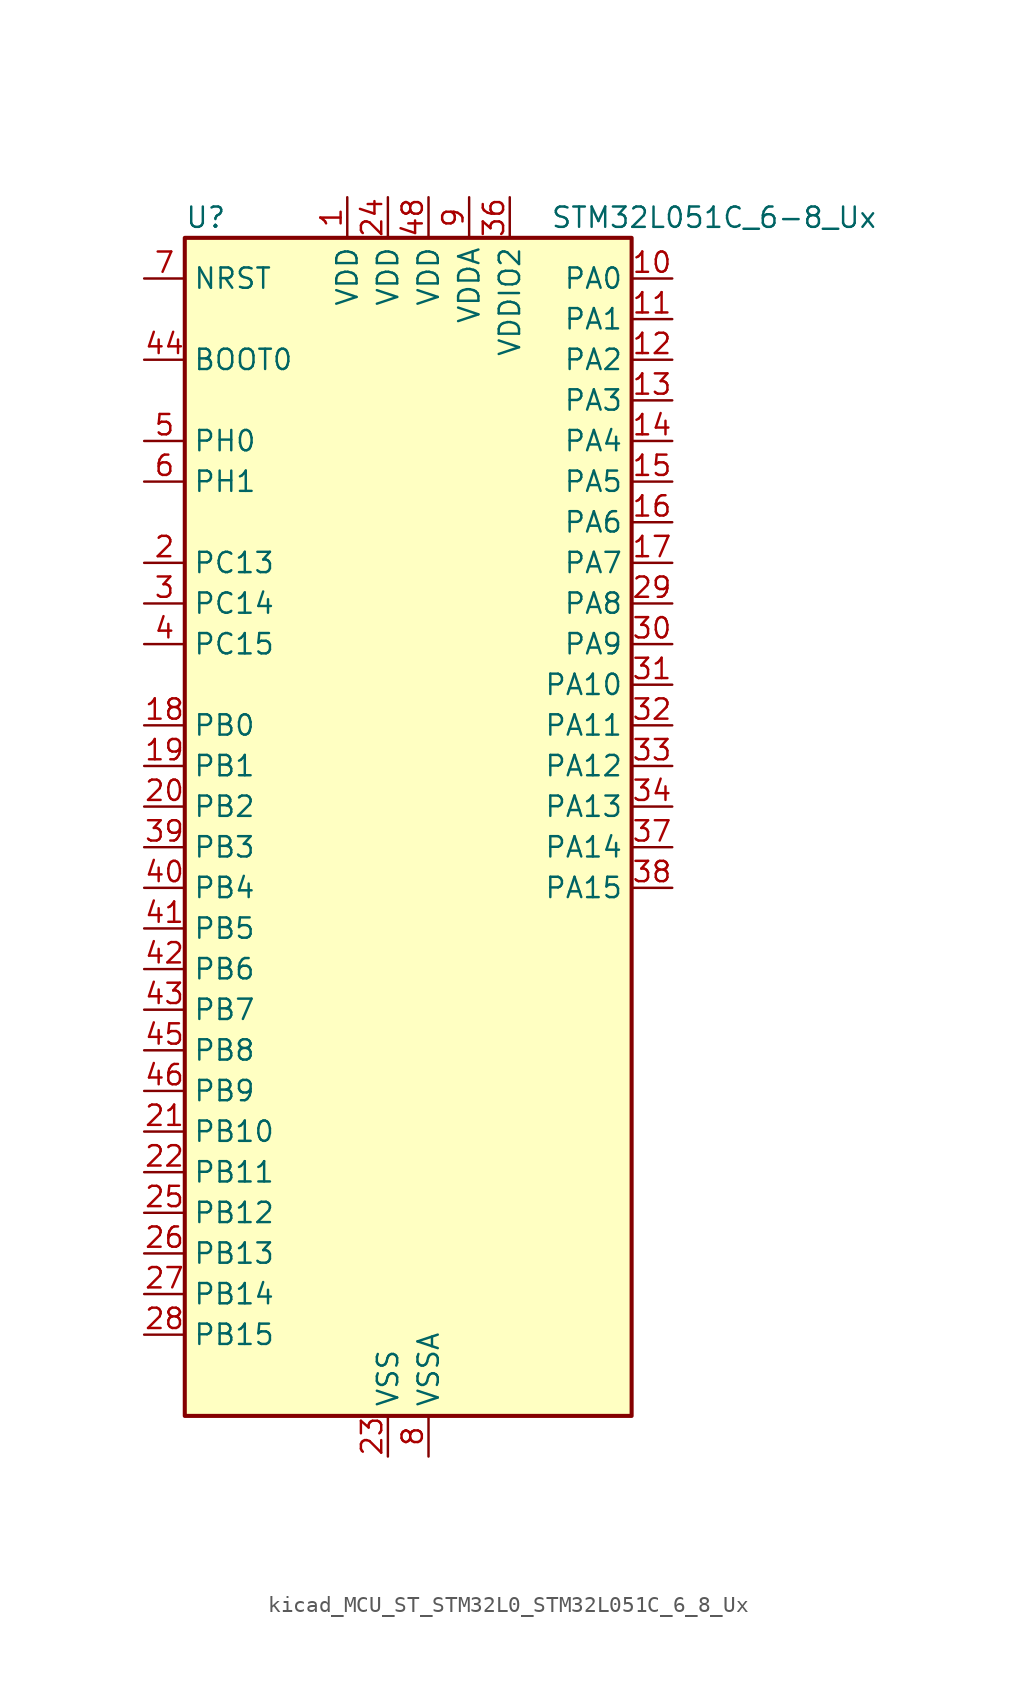
<source format=kicad_sym>
(kicad_symbol_lib
  (version 20220914)
  (generator kicad_symbol_editor)
  (symbol "kicad_MCU_ST_STM32L0_STM32L051C_6_8_Ux"
    (property "Reference" "U"
      (at -12.7 39.37 0)
      (effects (font (size 1.27 1.27)) (justify left)))
    (property "Value" "STM32L051C_6-8_Ux"
      (at 10.16 39.37 0)
      (effects (font (size 1.27 1.27)) (justify left)))
    (property "ki_locked" ""
      (at 0 0 0)
      (effects (font (size 1.27 1.27))))
    (symbol "kicad_MCU_ST_STM32L0_STM32L051C_6_8_Ux_0_1"
      (rectangle (start -12.7 -35.56) (end 15.24 38.1) (stroke (width 0.254) (type default)) (fill (type background))))
    (symbol "kicad_MCU_ST_STM32L0_STM32L051C_6_8_Ux_1_1"
      (pin power_in line (at -2.54 40.64 270) (length 2.54) (name "VDD" (effects (font (size 1.27 1.27)))) (number "1" (effects (font (size 1.27 1.27)))))
      (pin bidirectional line (at 17.78 35.56 180) (length 2.54) (name "PA0" (effects (font (size 1.27 1.27)))) (number "10" (effects (font (size 1.27 1.27)))) (alternate "ADC_IN0" bidirectional line) (alternate "COMP1_INM" bidirectional line) (alternate "COMP1_OUT" bidirectional line) (alternate "RTC_TAMP2" bidirectional line) (alternate "SYS_WKUP1" bidirectional line) (alternate "TIM2_CH1" bidirectional line) (alternate "TIM2_ETR" bidirectional line) (alternate "USART2_CTS" bidirectional line))
      (pin bidirectional line (at 17.78 33.02 180) (length 2.54) (name "PA1" (effects (font (size 1.27 1.27)))) (number "11" (effects (font (size 1.27 1.27)))) (alternate "ADC_IN1" bidirectional line) (alternate "COMP1_INP" bidirectional line) (alternate "TIM21_ETR" bidirectional line) (alternate "TIM2_CH2" bidirectional line) (alternate "USART2_DE" bidirectional line) (alternate "USART2_RTS" bidirectional line))
      (pin bidirectional line (at 17.78 30.48 180) (length 2.54) (name "PA2" (effects (font (size 1.27 1.27)))) (number "12" (effects (font (size 1.27 1.27)))) (alternate "ADC_IN2" bidirectional line) (alternate "COMP2_INM" bidirectional line) (alternate "COMP2_OUT" bidirectional line) (alternate "TIM21_CH1" bidirectional line) (alternate "TIM2_CH3" bidirectional line) (alternate "USART2_TX" bidirectional line))
      (pin bidirectional line (at 17.78 27.94 180) (length 2.54) (name "PA3" (effects (font (size 1.27 1.27)))) (number "13" (effects (font (size 1.27 1.27)))) (alternate "ADC_IN3" bidirectional line) (alternate "COMP2_INP" bidirectional line) (alternate "TIM21_CH2" bidirectional line) (alternate "TIM2_CH4" bidirectional line) (alternate "USART2_RX" bidirectional line))
      (pin bidirectional line (at 17.78 25.4 180) (length 2.54) (name "PA4" (effects (font (size 1.27 1.27)))) (number "14" (effects (font (size 1.27 1.27)))) (alternate "ADC_IN4" bidirectional line) (alternate "COMP1_INM" bidirectional line) (alternate "COMP2_INM" bidirectional line) (alternate "SPI1_NSS" bidirectional line) (alternate "TIM22_ETR" bidirectional line) (alternate "USART2_CK" bidirectional line))
      (pin bidirectional line (at 17.78 22.86 180) (length 2.54) (name "PA5" (effects (font (size 1.27 1.27)))) (number "15" (effects (font (size 1.27 1.27)))) (alternate "ADC_IN5" bidirectional line) (alternate "COMP1_INM" bidirectional line) (alternate "COMP2_INM" bidirectional line) (alternate "SPI1_SCK" bidirectional line) (alternate "TIM2_CH1" bidirectional line) (alternate "TIM2_ETR" bidirectional line))
      (pin bidirectional line (at 17.78 20.32 180) (length 2.54) (name "PA6" (effects (font (size 1.27 1.27)))) (number "16" (effects (font (size 1.27 1.27)))) (alternate "ADC_IN6" bidirectional line) (alternate "COMP1_OUT" bidirectional line) (alternate "LPUART1_CTS" bidirectional line) (alternate "SPI1_MISO" bidirectional line) (alternate "TIM22_CH1" bidirectional line))
      (pin bidirectional line (at 17.78 17.78 180) (length 2.54) (name "PA7" (effects (font (size 1.27 1.27)))) (number "17" (effects (font (size 1.27 1.27)))) (alternate "ADC_IN7" bidirectional line) (alternate "COMP2_OUT" bidirectional line) (alternate "SPI1_MOSI" bidirectional line) (alternate "TIM22_CH2" bidirectional line))
      (pin bidirectional line (at -15.24 7.62 0) (length 2.54) (name "PB0" (effects (font (size 1.27 1.27)))) (number "18" (effects (font (size 1.27 1.27)))) (alternate "ADC_IN8" bidirectional line) (alternate "SYS_VREF_OUT_PB0" bidirectional line))
      (pin bidirectional line (at -15.24 5.08 0) (length 2.54) (name "PB1" (effects (font (size 1.27 1.27)))) (number "19" (effects (font (size 1.27 1.27)))) (alternate "ADC_IN9" bidirectional line) (alternate "LPUART1_DE" bidirectional line) (alternate "LPUART1_RTS" bidirectional line) (alternate "SYS_VREF_OUT_PB1" bidirectional line))
      (pin bidirectional line (at -15.24 17.78 0) (length 2.54) (name "PC13" (effects (font (size 1.27 1.27)))) (number "2" (effects (font (size 1.27 1.27)))) (alternate "RTC_OUT_ALARM" bidirectional line) (alternate "RTC_OUT_CALIB" bidirectional line) (alternate "RTC_TAMP1" bidirectional line) (alternate "RTC_TS" bidirectional line) (alternate "SYS_WKUP2" bidirectional line))
      (pin bidirectional line (at -15.24 2.54 0) (length 2.54) (name "PB2" (effects (font (size 1.27 1.27)))) (number "20" (effects (font (size 1.27 1.27)))) (alternate "LPTIM1_OUT" bidirectional line))
      (pin bidirectional line (at -15.24 -17.78 0) (length 2.54) (name "PB10" (effects (font (size 1.27 1.27)))) (number "21" (effects (font (size 1.27 1.27)))) (alternate "I2C2_SCL" bidirectional line) (alternate "LPUART1_TX" bidirectional line) (alternate "SPI2_SCK" bidirectional line) (alternate "TIM2_CH3" bidirectional line))
      (pin bidirectional line (at -15.24 -20.32 0) (length 2.54) (name "PB11" (effects (font (size 1.27 1.27)))) (number "22" (effects (font (size 1.27 1.27)))) (alternate "ADC_EXTI11" bidirectional line) (alternate "I2C2_SDA" bidirectional line) (alternate "LPUART1_RX" bidirectional line) (alternate "TIM2_CH4" bidirectional line))
      (pin power_in line (at 0 -38.1 90) (length 2.54) (name "VSS" (effects (font (size 1.27 1.27)))) (number "23" (effects (font (size 1.27 1.27)))))
      (pin power_in line (at 0 40.64 270) (length 2.54) (name "VDD" (effects (font (size 1.27 1.27)))) (number "24" (effects (font (size 1.27 1.27)))))
      (pin bidirectional line (at -15.24 -22.86 0) (length 2.54) (name "PB12" (effects (font (size 1.27 1.27)))) (number "25" (effects (font (size 1.27 1.27)))) (alternate "I2S2_WS" bidirectional line) (alternate "LPUART1_DE" bidirectional line) (alternate "LPUART1_RTS" bidirectional line) (alternate "SPI2_NSS" bidirectional line))
      (pin bidirectional line (at -15.24 -25.4 0) (length 2.54) (name "PB13" (effects (font (size 1.27 1.27)))) (number "26" (effects (font (size 1.27 1.27)))) (alternate "I2C2_SCL" bidirectional line) (alternate "I2S2_CK" bidirectional line) (alternate "LPUART1_CTS" bidirectional line) (alternate "SPI2_SCK" bidirectional line) (alternate "TIM21_CH1" bidirectional line))
      (pin bidirectional line (at -15.24 -27.94 0) (length 2.54) (name "PB14" (effects (font (size 1.27 1.27)))) (number "27" (effects (font (size 1.27 1.27)))) (alternate "I2C2_SDA" bidirectional line) (alternate "I2S2_MCK" bidirectional line) (alternate "LPUART1_DE" bidirectional line) (alternate "LPUART1_RTS" bidirectional line) (alternate "RTC_OUT_ALARM" bidirectional line) (alternate "RTC_OUT_CALIB" bidirectional line) (alternate "SPI2_MISO" bidirectional line) (alternate "TIM21_CH2" bidirectional line))
      (pin bidirectional line (at -15.24 -30.48 0) (length 2.54) (name "PB15" (effects (font (size 1.27 1.27)))) (number "28" (effects (font (size 1.27 1.27)))) (alternate "I2S2_SD" bidirectional line) (alternate "RTC_REFIN" bidirectional line) (alternate "SPI2_MOSI" bidirectional line))
      (pin bidirectional line (at 17.78 15.24 180) (length 2.54) (name "PA8" (effects (font (size 1.27 1.27)))) (number "29" (effects (font (size 1.27 1.27)))) (alternate "RCC_MCO" bidirectional line) (alternate "USART1_CK" bidirectional line))
      (pin bidirectional line (at -15.24 15.24 0) (length 2.54) (name "PC14" (effects (font (size 1.27 1.27)))) (number "3" (effects (font (size 1.27 1.27)))) (alternate "RCC_OSC32_IN" bidirectional line))
      (pin bidirectional line (at 17.78 12.7 180) (length 2.54) (name "PA9" (effects (font (size 1.27 1.27)))) (number "30" (effects (font (size 1.27 1.27)))) (alternate "RCC_MCO" bidirectional line) (alternate "USART1_TX" bidirectional line))
      (pin bidirectional line (at 17.78 10.16 180) (length 2.54) (name "PA10" (effects (font (size 1.27 1.27)))) (number "31" (effects (font (size 1.27 1.27)))) (alternate "USART1_RX" bidirectional line))
      (pin bidirectional line (at 17.78 7.62 180) (length 2.54) (name "PA11" (effects (font (size 1.27 1.27)))) (number "32" (effects (font (size 1.27 1.27)))) (alternate "ADC_EXTI11" bidirectional line) (alternate "COMP1_OUT" bidirectional line) (alternate "SPI1_MISO" bidirectional line) (alternate "USART1_CTS" bidirectional line))
      (pin bidirectional line (at 17.78 5.08 180) (length 2.54) (name "PA12" (effects (font (size 1.27 1.27)))) (number "33" (effects (font (size 1.27 1.27)))) (alternate "COMP2_OUT" bidirectional line) (alternate "SPI1_MOSI" bidirectional line) (alternate "USART1_DE" bidirectional line) (alternate "USART1_RTS" bidirectional line))
      (pin bidirectional line (at 17.78 2.54 180) (length 2.54) (name "PA13" (effects (font (size 1.27 1.27)))) (number "34" (effects (font (size 1.27 1.27)))) (alternate "SYS_SWDIO" bidirectional line))
      (pin passive line (at 0 -38.1 90) (length 2.54) hide (name "VSS" (effects (font (size 1.27 1.27)))) (number "35" (effects (font (size 1.27 1.27)))))
      (pin power_in line (at 7.62 40.64 270) (length 2.54) (name "VDDIO2" (effects (font (size 1.27 1.27)))) (number "36" (effects (font (size 1.27 1.27)))))
      (pin bidirectional line (at 17.78 0 180) (length 2.54) (name "PA14" (effects (font (size 1.27 1.27)))) (number "37" (effects (font (size 1.27 1.27)))) (alternate "SYS_SWCLK" bidirectional line) (alternate "USART2_TX" bidirectional line))
      (pin bidirectional line (at 17.78 -2.54 180) (length 2.54) (name "PA15" (effects (font (size 1.27 1.27)))) (number "38" (effects (font (size 1.27 1.27)))) (alternate "SPI1_NSS" bidirectional line) (alternate "TIM2_CH1" bidirectional line) (alternate "TIM2_ETR" bidirectional line) (alternate "USART2_RX" bidirectional line))
      (pin bidirectional line (at -15.24 0 0) (length 2.54) (name "PB3" (effects (font (size 1.27 1.27)))) (number "39" (effects (font (size 1.27 1.27)))) (alternate "COMP2_INM" bidirectional line) (alternate "SPI1_SCK" bidirectional line) (alternate "TIM2_CH2" bidirectional line))
      (pin bidirectional line (at -15.24 12.7 0) (length 2.54) (name "PC15" (effects (font (size 1.27 1.27)))) (number "4" (effects (font (size 1.27 1.27)))) (alternate "RCC_OSC32_OUT" bidirectional line))
      (pin bidirectional line (at -15.24 -2.54 0) (length 2.54) (name "PB4" (effects (font (size 1.27 1.27)))) (number "40" (effects (font (size 1.27 1.27)))) (alternate "COMP2_INP" bidirectional line) (alternate "SPI1_MISO" bidirectional line) (alternate "TIM22_CH1" bidirectional line))
      (pin bidirectional line (at -15.24 -5.08 0) (length 2.54) (name "PB5" (effects (font (size 1.27 1.27)))) (number "41" (effects (font (size 1.27 1.27)))) (alternate "COMP2_INP" bidirectional line) (alternate "I2C1_SMBA" bidirectional line) (alternate "LPTIM1_IN1" bidirectional line) (alternate "SPI1_MOSI" bidirectional line) (alternate "TIM22_CH2" bidirectional line))
      (pin bidirectional line (at -15.24 -7.62 0) (length 2.54) (name "PB6" (effects (font (size 1.27 1.27)))) (number "42" (effects (font (size 1.27 1.27)))) (alternate "COMP2_INP" bidirectional line) (alternate "I2C1_SCL" bidirectional line) (alternate "LPTIM1_ETR" bidirectional line) (alternate "USART1_TX" bidirectional line))
      (pin bidirectional line (at -15.24 -10.16 0) (length 2.54) (name "PB7" (effects (font (size 1.27 1.27)))) (number "43" (effects (font (size 1.27 1.27)))) (alternate "COMP2_INP" bidirectional line) (alternate "I2C1_SDA" bidirectional line) (alternate "LPTIM1_IN2" bidirectional line) (alternate "SYS_PVD_IN" bidirectional line) (alternate "USART1_RX" bidirectional line))
      (pin input line (at -15.24 30.48 0) (length 2.54) (name "BOOT0" (effects (font (size 1.27 1.27)))) (number "44" (effects (font (size 1.27 1.27)))))
      (pin bidirectional line (at -15.24 -12.7 0) (length 2.54) (name "PB8" (effects (font (size 1.27 1.27)))) (number "45" (effects (font (size 1.27 1.27)))) (alternate "I2C1_SCL" bidirectional line))
      (pin bidirectional line (at -15.24 -15.24 0) (length 2.54) (name "PB9" (effects (font (size 1.27 1.27)))) (number "46" (effects (font (size 1.27 1.27)))) (alternate "I2C1_SDA" bidirectional line) (alternate "I2S2_WS" bidirectional line) (alternate "SPI2_NSS" bidirectional line))
      (pin passive line (at 0 -38.1 90) (length 2.54) hide (name "VSS" (effects (font (size 1.27 1.27)))) (number "47" (effects (font (size 1.27 1.27)))))
      (pin power_in line (at 2.54 40.64 270) (length 2.54) (name "VDD" (effects (font (size 1.27 1.27)))) (number "48" (effects (font (size 1.27 1.27)))))
      (pin passive line (at 0 -38.1 90) (length 2.54) hide (name "VSS" (effects (font (size 1.27 1.27)))) (number "49" (effects (font (size 1.27 1.27)))))
      (pin bidirectional line (at -15.24 25.4 0) (length 2.54) (name "PH0" (effects (font (size 1.27 1.27)))) (number "5" (effects (font (size 1.27 1.27)))) (alternate "RCC_OSC_IN" bidirectional line))
      (pin bidirectional line (at -15.24 22.86 0) (length 2.54) (name "PH1" (effects (font (size 1.27 1.27)))) (number "6" (effects (font (size 1.27 1.27)))) (alternate "RCC_OSC_OUT" bidirectional line))
      (pin input line (at -15.24 35.56 0) (length 2.54) (name "NRST" (effects (font (size 1.27 1.27)))) (number "7" (effects (font (size 1.27 1.27)))))
      (pin power_in line (at 2.54 -38.1 90) (length 2.54) (name "VSSA" (effects (font (size 1.27 1.27)))) (number "8" (effects (font (size 1.27 1.27)))))
      (pin power_in line (at 5.08 40.64 270) (length 2.54) (name "VDDA" (effects (font (size 1.27 1.27)))) (number "9" (effects (font (size 1.27 1.27))))))))
</source>
